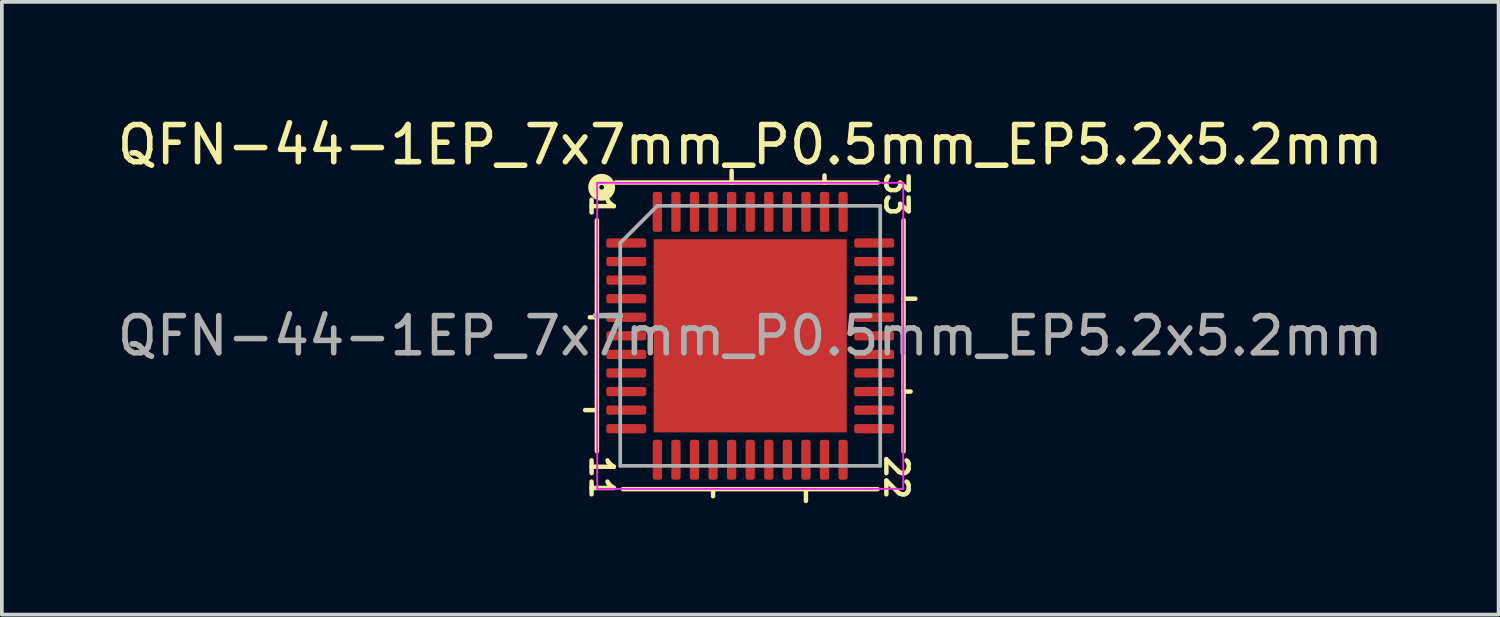
<source format=kicad_pcb>
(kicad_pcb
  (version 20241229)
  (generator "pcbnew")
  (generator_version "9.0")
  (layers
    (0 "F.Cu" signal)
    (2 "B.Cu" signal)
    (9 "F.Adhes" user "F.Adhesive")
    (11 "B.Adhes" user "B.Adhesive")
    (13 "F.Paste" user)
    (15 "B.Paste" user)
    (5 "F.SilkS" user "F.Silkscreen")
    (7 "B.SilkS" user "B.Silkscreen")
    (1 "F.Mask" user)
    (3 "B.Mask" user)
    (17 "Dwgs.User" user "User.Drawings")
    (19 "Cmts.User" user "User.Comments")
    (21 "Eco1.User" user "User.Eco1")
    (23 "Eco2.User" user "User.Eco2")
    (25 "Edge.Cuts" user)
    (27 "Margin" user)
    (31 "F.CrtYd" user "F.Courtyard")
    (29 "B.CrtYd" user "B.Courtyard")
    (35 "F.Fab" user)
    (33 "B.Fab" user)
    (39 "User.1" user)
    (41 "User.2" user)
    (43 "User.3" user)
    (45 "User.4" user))
  (footprint "QFN-44-1EP_7x7mm_P0.5mm_EP5.2x5.2mm"
    (layer "F.Cu")
    (at 17.149 5.992)
    (property "Reference" "QFN-44-1EP_7x7mm_P0.5mm_EP5.2x5.2mm" (at 0 -5.144 0) (layer "F.SilkS") (effects (font (size 1 1) (thickness 0.15))))
    (attr smd)
    (fp_line (start -4.128 -3.111) (end -4.128 3.111) (stroke (width 0.12) (type solid)) (layer "F.SilkS"))
    (fp_line (start -4.128 -0.5) (end -4.318 -0.5) (stroke (width 0.12) (type solid)) (layer "F.SilkS"))
    (fp_line (start -4.128 2) (end -4.445 2) (stroke (width 0.12) (type solid)) (layer "F.SilkS"))
    (fp_line (start -3.429 4.128) (end 3.429 4.128) (stroke (width 0.12) (type solid)) (layer "F.SilkS"))
    (fp_line (start -1 4.128) (end -1 4.318) (stroke (width 0.12) (type solid)) (layer "F.SilkS"))
    (fp_line (start -0.5 -4.128) (end -0.5 -4.445) (stroke (width 0.12) (type solid)) (layer "F.SilkS"))
    (fp_line (start 1.5 4.128) (end 1.5 4.445) (stroke (width 0.12) (type solid)) (layer "F.SilkS"))
    (fp_line (start 2 -4.128) (end 2 -4.318) (stroke (width 0.12) (type solid)) (layer "F.SilkS"))
    (fp_line (start 3.429 -4.128) (end -3.619 -4.128) (stroke (width 0.12) (type solid)) (layer "F.SilkS"))
    (fp_line (start 4.128 -1) (end 4.445 -1) (stroke (width 0.12) (type solid)) (layer "F.SilkS"))
    (fp_line (start 4.128 1.5) (end 4.318 1.5) (stroke (width 0.12) (type solid)) (layer "F.SilkS"))
    (fp_line (start 4.128 3.111) (end 4.128 -3.111) (stroke (width 0.12) (type solid)) (layer "F.SilkS"))
    (fp_circle (center -4 -4) (end -3.937 -4) (stroke (width 0.3) (type solid)) (fill no) (layer "F.SilkS"))
    (fp_line (start -4.12 -4.12) (end -4.12 4.12) (stroke (width 0.05) (type solid)) (layer "F.CrtYd"))
    (fp_line (start -4.12 4.12) (end 4.12 4.12) (stroke (width 0.05) (type solid)) (layer "F.CrtYd"))
    (fp_line (start 4.12 -4.12) (end -4.12 -4.12) (stroke (width 0.05) (type solid)) (layer "F.CrtYd"))
    (fp_line (start 4.12 4.12) (end 4.12 -4.12) (stroke (width 0.05) (type solid)) (layer "F.CrtYd"))
    (fp_line (start -3.5 -2.5) (end -2.5 -3.5) (stroke (width 0.1) (type solid)) (layer "F.Fab"))
    (fp_line (start -3.5 3.5) (end -3.5 -2.5) (stroke (width 0.1) (type solid)) (layer "F.Fab"))
    (fp_line (start -2.5 -3.5) (end 3.5 -3.5) (stroke (width 0.1) (type solid)) (layer "F.Fab"))
    (fp_line (start 3.5 -3.5) (end 3.5 3.5) (stroke (width 0.1) (type solid)) (layer "F.Fab"))
    (fp_line (start 3.5 3.5) (end -3.5 3.5) (stroke (width 0.1) (type solid)) (layer "F.Fab"))
    (fp_text user "33" (at 3.937 -3.81 270) (unlocked yes) (layer "F.SilkS") (effects (font (size 0.6 0.6) (thickness 0.12))))
    (fp_text user "22" (at 3.937 3.81 270) (unlocked yes) (layer "F.SilkS") (effects (font (size 0.6 0.6) (thickness 0.12))))
    (fp_text user "1" (at -4 -3.493 270) (unlocked yes) (layer "F.SilkS") (effects (font (size 0.6 0.6) (thickness 0.12))))
    (fp_text user "11" (at -4 3.81 270) (unlocked yes) (layer "F.SilkS") (effects (font (size 0.6 0.6) (thickness 0.12))))
    (fp_text user "${REFERENCE}" (at 0 0 0) (layer "F.Fab") (effects (font (size 1 1) (thickness 0.15))))
    (pad "" smd roundrect (at -1.95 -1.95) (size 1.05 1.05) (layers "F.Paste") (roundrect_rratio 0.238))
    (pad "" smd roundrect (at -1.95 -0.65) (size 1.05 1.05) (layers "F.Paste") (roundrect_rratio 0.238))
    (pad "" smd roundrect (at -1.95 0.65) (size 1.05 1.05) (layers "F.Paste") (roundrect_rratio 0.238))
    (pad "" smd roundrect (at -1.95 1.95) (size 1.05 1.05) (layers "F.Paste") (roundrect_rratio 0.238))
    (pad "" smd roundrect (at -0.65 -1.95) (size 1.05 1.05) (layers "F.Paste") (roundrect_rratio 0.238))
    (pad "" smd roundrect (at -0.65 -0.65) (size 1.05 1.05) (layers "F.Paste") (roundrect_rratio 0.238))
    (pad "" smd roundrect (at -0.65 0.65) (size 1.05 1.05) (layers "F.Paste") (roundrect_rratio 0.238))
    (pad "" smd roundrect (at -0.65 1.95) (size 1.05 1.05) (layers "F.Paste") (roundrect_rratio 0.238))
    (pad "" smd roundrect (at 0.65 -1.95) (size 1.05 1.05) (layers "F.Paste") (roundrect_rratio 0.238))
    (pad "" smd roundrect (at 0.65 -0.65) (size 1.05 1.05) (layers "F.Paste") (roundrect_rratio 0.238))
    (pad "" smd roundrect (at 0.65 0.65) (size 1.05 1.05) (layers "F.Paste") (roundrect_rratio 0.238))
    (pad "" smd roundrect (at 0.65 1.95) (size 1.05 1.05) (layers "F.Paste") (roundrect_rratio 0.238))
    (pad "" smd roundrect (at 1.95 -1.95) (size 1.05 1.05) (layers "F.Paste") (roundrect_rratio 0.238))
    (pad "" smd roundrect (at 1.95 -0.65) (size 1.05 1.05) (layers "F.Paste") (roundrect_rratio 0.238))
    (pad "" smd roundrect (at 1.95 0.65) (size 1.05 1.05) (layers "F.Paste") (roundrect_rratio 0.238))
    (pad "" smd roundrect (at 1.95 1.95) (size 1.05 1.05) (layers "F.Paste") (roundrect_rratio 0.238))
    (pad "1" smd roundrect (at -3.337 -2.5) (size 1.075 0.25) (layers "F.Cu" "F.Mask" "F.Paste") (roundrect_rratio 0.25))
    (pad "2" smd roundrect (at -3.337 -2) (size 1.075 0.25) (layers "F.Cu" "F.Mask" "F.Paste") (roundrect_rratio 0.25))
    (pad "3" smd roundrect (at -3.337 -1.5) (size 1.075 0.25) (layers "F.Cu" "F.Mask" "F.Paste") (roundrect_rratio 0.25))
    (pad "4" smd roundrect (at -3.337 -1) (size 1.075 0.25) (layers "F.Cu" "F.Mask" "F.Paste") (roundrect_rratio 0.25))
    (pad "5" smd roundrect (at -3.337 -0.5) (size 1.075 0.25) (layers "F.Cu" "F.Mask" "F.Paste") (roundrect_rratio 0.25))
    (pad "6" smd roundrect (at -3.337 0) (size 1.075 0.25) (layers "F.Cu" "F.Mask" "F.Paste") (roundrect_rratio 0.25))
    (pad "7" smd roundrect (at -3.337 0.5) (size 1.075 0.25) (layers "F.Cu" "F.Mask" "F.Paste") (roundrect_rratio 0.25))
    (pad "8" smd roundrect (at -3.337 1) (size 1.075 0.25) (layers "F.Cu" "F.Mask" "F.Paste") (roundrect_rratio 0.25))
    (pad "9" smd roundrect (at -3.337 1.5) (size 1.075 0.25) (layers "F.Cu" "F.Mask" "F.Paste") (roundrect_rratio 0.25))
    (pad "10" smd roundrect (at -3.337 2) (size 1.075 0.25) (layers "F.Cu" "F.Mask" "F.Paste") (roundrect_rratio 0.25))
    (pad "11" smd roundrect (at -3.337 2.5) (size 1.075 0.25) (layers "F.Cu" "F.Mask" "F.Paste") (roundrect_rratio 0.25))
    (pad "12" smd roundrect (at -2.5 3.337) (size 0.25 1.075) (layers "F.Cu" "F.Mask" "F.Paste") (roundrect_rratio 0.25))
    (pad "13" smd roundrect (at -2 3.337) (size 0.25 1.075) (layers "F.Cu" "F.Mask" "F.Paste") (roundrect_rratio 0.25))
    (pad "14" smd roundrect (at -1.5 3.337) (size 0.25 1.075) (layers "F.Cu" "F.Mask" "F.Paste") (roundrect_rratio 0.25))
    (pad "15" smd roundrect (at -1 3.337) (size 0.25 1.075) (layers "F.Cu" "F.Mask" "F.Paste") (roundrect_rratio 0.25))
    (pad "16" smd roundrect (at -0.5 3.337) (size 0.25 1.075) (layers "F.Cu" "F.Mask" "F.Paste") (roundrect_rratio 0.25))
    (pad "17" smd roundrect (at 0 3.337) (size 0.25 1.075) (layers "F.Cu" "F.Mask" "F.Paste") (roundrect_rratio 0.25))
    (pad "18" smd roundrect (at 0.5 3.337) (size 0.25 1.075) (layers "F.Cu" "F.Mask" "F.Paste") (roundrect_rratio 0.25))
    (pad "19" smd roundrect (at 1 3.337) (size 0.25 1.075) (layers "F.Cu" "F.Mask" "F.Paste") (roundrect_rratio 0.25))
    (pad "20" smd roundrect (at 1.5 3.337) (size 0.25 1.075) (layers "F.Cu" "F.Mask" "F.Paste") (roundrect_rratio 0.25))
    (pad "21" smd roundrect (at 2 3.337) (size 0.25 1.075) (layers "F.Cu" "F.Mask" "F.Paste") (roundrect_rratio 0.25))
    (pad "22" smd roundrect (at 2.5 3.337) (size 0.25 1.075) (layers "F.Cu" "F.Mask" "F.Paste") (roundrect_rratio 0.25))
    (pad "23" smd roundrect (at 3.337 2.5) (size 1.075 0.25) (layers "F.Cu" "F.Mask" "F.Paste") (roundrect_rratio 0.25))
    (pad "24" smd roundrect (at 3.337 2) (size 1.075 0.25) (layers "F.Cu" "F.Mask" "F.Paste") (roundrect_rratio 0.25))
    (pad "25" smd roundrect (at 3.337 1.5) (size 1.075 0.25) (layers "F.Cu" "F.Mask" "F.Paste") (roundrect_rratio 0.25))
    (pad "26" smd roundrect (at 3.337 1) (size 1.075 0.25) (layers "F.Cu" "F.Mask" "F.Paste") (roundrect_rratio 0.25))
    (pad "27" smd roundrect (at 3.337 0.5) (size 1.075 0.25) (layers "F.Cu" "F.Mask" "F.Paste") (roundrect_rratio 0.25))
    (pad "28" smd roundrect (at 3.337 0) (size 1.075 0.25) (layers "F.Cu" "F.Mask" "F.Paste") (roundrect_rratio 0.25))
    (pad "29" smd roundrect (at 3.337 -0.5) (size 1.075 0.25) (layers "F.Cu" "F.Mask" "F.Paste") (roundrect_rratio 0.25))
    (pad "30" smd roundrect (at 3.337 -1) (size 1.075 0.25) (layers "F.Cu" "F.Mask" "F.Paste") (roundrect_rratio 0.25))
    (pad "31" smd roundrect (at 3.337 -1.5) (size 1.075 0.25) (layers "F.Cu" "F.Mask" "F.Paste") (roundrect_rratio 0.25))
    (pad "32" smd roundrect (at 3.337 -2) (size 1.075 0.25) (layers "F.Cu" "F.Mask" "F.Paste") (roundrect_rratio 0.25))
    (pad "33" smd roundrect (at 3.337 -2.5) (size 1.075 0.25) (layers "F.Cu" "F.Mask" "F.Paste") (roundrect_rratio 0.25))
    (pad "34" smd roundrect (at 2.5 -3.337) (size 0.25 1.075) (layers "F.Cu" "F.Mask" "F.Paste") (roundrect_rratio 0.25))
    (pad "35" smd roundrect (at 2 -3.337) (size 0.25 1.075) (layers "F.Cu" "F.Mask" "F.Paste") (roundrect_rratio 0.25))
    (pad "36" smd roundrect (at 1.5 -3.337) (size 0.25 1.075) (layers "F.Cu" "F.Mask" "F.Paste") (roundrect_rratio 0.25))
    (pad "37" smd roundrect (at 1 -3.337) (size 0.25 1.075) (layers "F.Cu" "F.Mask" "F.Paste") (roundrect_rratio 0.25))
    (pad "38" smd roundrect (at 0.5 -3.337) (size 0.25 1.075) (layers "F.Cu" "F.Mask" "F.Paste") (roundrect_rratio 0.25))
    (pad "39" smd roundrect (at 0 -3.337) (size 0.25 1.075) (layers "F.Cu" "F.Mask" "F.Paste") (roundrect_rratio 0.25))
    (pad "40" smd roundrect (at -0.5 -3.337) (size 0.25 1.075) (layers "F.Cu" "F.Mask" "F.Paste") (roundrect_rratio 0.25))
    (pad "41" smd roundrect (at -1 -3.337) (size 0.25 1.075) (layers "F.Cu" "F.Mask" "F.Paste") (roundrect_rratio 0.25))
    (pad "42" smd roundrect (at -1.5 -3.337) (size 0.25 1.075) (layers "F.Cu" "F.Mask" "F.Paste") (roundrect_rratio 0.25))
    (pad "43" smd roundrect (at -2 -3.337) (size 0.25 1.075) (layers "F.Cu" "F.Mask" "F.Paste") (roundrect_rratio 0.25))
    (pad "44" smd roundrect (at -2.5 -3.337) (size 0.25 1.075) (layers "F.Cu" "F.Mask" "F.Paste") (roundrect_rratio 0.25))
    (pad "45" smd rect (at 0 0) (size 5.2 5.2) (layers "F.Cu" "F.Mask")))
  (gr_rect
    (start -3 -3)
    (end 37.298 13.497)
    (stroke (width 0.1) (type default))
    (fill no)
    (layer "Edge.Cuts")))
</source>
